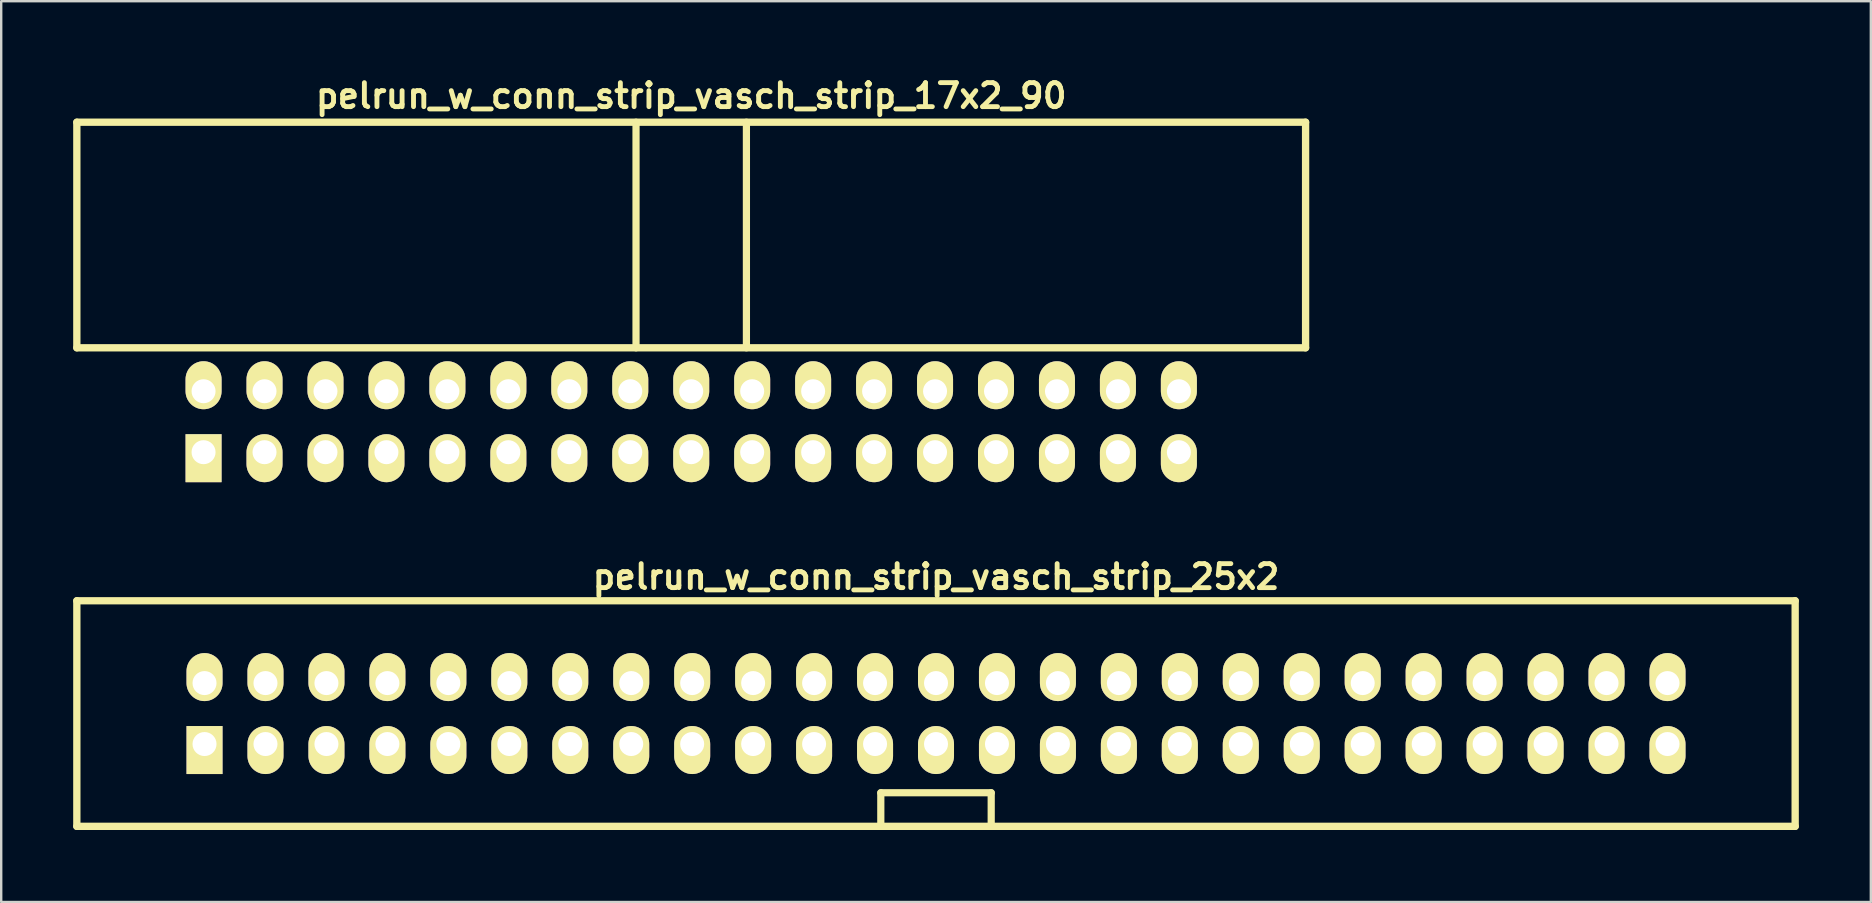
<source format=kicad_pcb>
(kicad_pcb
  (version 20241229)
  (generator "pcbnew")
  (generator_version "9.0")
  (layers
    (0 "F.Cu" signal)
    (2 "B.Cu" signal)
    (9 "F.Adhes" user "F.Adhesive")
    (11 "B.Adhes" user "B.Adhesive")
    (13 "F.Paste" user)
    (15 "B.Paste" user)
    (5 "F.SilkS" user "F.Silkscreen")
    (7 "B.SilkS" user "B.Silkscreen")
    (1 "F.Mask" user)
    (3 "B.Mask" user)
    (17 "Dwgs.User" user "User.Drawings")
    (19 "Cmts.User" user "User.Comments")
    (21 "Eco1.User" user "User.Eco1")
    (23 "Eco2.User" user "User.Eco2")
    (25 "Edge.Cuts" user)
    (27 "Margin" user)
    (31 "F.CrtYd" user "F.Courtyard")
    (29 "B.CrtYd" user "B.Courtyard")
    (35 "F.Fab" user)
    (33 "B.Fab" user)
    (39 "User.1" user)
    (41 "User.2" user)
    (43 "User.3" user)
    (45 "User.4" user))
  (footprint "pelrun_w_conn_strip_vasch_strip_25x2"
    (layer "F.Cu")
    (at 35.952 26.683)
    (property "Reference" "pelrun_w_conn_strip_vasch_strip_25x2" (at 0 -5.7 0) (layer "F.SilkS") (effects (font (size 1 1) (thickness 0.203))))
    (attr through_hole)
    (fp_line (start -35.8 -4.7) (end -35.8 4.7) (stroke (width 0.305) (type solid)) (layer "F.SilkS"))
    (fp_line (start -35.8 4.7) (end 35.8 4.7) (stroke (width 0.305) (type solid)) (layer "F.SilkS"))
    (fp_line (start -2.3 3.3) (end -2.3 4.7) (stroke (width 0.3) (type solid)) (layer "F.SilkS"))
    (fp_line (start 2.3 3.3) (end -2.3 3.3) (stroke (width 0.3) (type solid)) (layer "F.SilkS"))
    (fp_line (start 2.3 4.7) (end 2.3 3.3) (stroke (width 0.3) (type solid)) (layer "F.SilkS"))
    (fp_line (start 35.8 -4.7) (end -35.8 -4.7) (stroke (width 0.305) (type solid)) (layer "F.SilkS"))
    (fp_line (start 35.8 -4.7) (end 35.8 4.7) (stroke (width 0.305) (type solid)) (layer "F.SilkS"))
    (pad "1" thru_hole rect (at -30.48 1.27) (size 1.5 2) (drill 1 (offset 0 0.25)) (layers "*.Cu" "*.Mask" "F.SilkS"))
    (pad "2" thru_hole oval (at -30.48 -1.27) (size 1.5 2) (drill 1 (offset 0 -0.25)) (layers "*.Cu" "*.Mask" "F.SilkS"))
    (pad "3" thru_hole oval (at -27.94 1.27) (size 1.5 2) (drill 1 (offset 0 0.25)) (layers "*.Cu" "*.Mask" "F.SilkS"))
    (pad "4" thru_hole oval (at -27.94 -1.27) (size 1.5 2) (drill 1 (offset 0 -0.25)) (layers "*.Cu" "*.Mask" "F.SilkS"))
    (pad "5" thru_hole oval (at -25.4 1.27) (size 1.5 2) (drill 1 (offset 0 0.25)) (layers "*.Cu" "*.Mask" "F.SilkS"))
    (pad "6" thru_hole oval (at -25.4 -1.27) (size 1.5 2) (drill 1 (offset 0 -0.25)) (layers "*.Cu" "*.Mask" "F.SilkS"))
    (pad "7" thru_hole oval (at -22.86 1.27) (size 1.5 2) (drill 1 (offset 0 0.25)) (layers "*.Cu" "*.Mask" "F.SilkS"))
    (pad "8" thru_hole oval (at -22.86 -1.27) (size 1.5 2) (drill 1 (offset 0 -0.25)) (layers "*.Cu" "*.Mask" "F.SilkS"))
    (pad "9" thru_hole oval (at -20.32 1.27) (size 1.5 2) (drill 1 (offset 0 0.25)) (layers "*.Cu" "*.Mask" "F.SilkS"))
    (pad "10" thru_hole oval (at -20.32 -1.27) (size 1.5 2) (drill 1 (offset 0 -0.25)) (layers "*.Cu" "*.Mask" "F.SilkS"))
    (pad "11" thru_hole oval (at -17.78 1.27) (size 1.5 2) (drill 1 (offset 0 0.25)) (layers "*.Cu" "*.Mask" "F.SilkS"))
    (pad "12" thru_hole oval (at -17.78 -1.27) (size 1.5 2) (drill 1 (offset 0 -0.25)) (layers "*.Cu" "*.Mask" "F.SilkS"))
    (pad "13" thru_hole oval (at -15.24 1.27) (size 1.5 2) (drill 1 (offset 0 0.25)) (layers "*.Cu" "*.Mask" "F.SilkS"))
    (pad "14" thru_hole oval (at -15.24 -1.27) (size 1.5 2) (drill 1 (offset 0 -0.25)) (layers "*.Cu" "*.Mask" "F.SilkS"))
    (pad "15" thru_hole oval (at -12.7 1.27) (size 1.5 2) (drill 1 (offset 0 0.25)) (layers "*.Cu" "*.Mask" "F.SilkS"))
    (pad "16" thru_hole oval (at -12.7 -1.27) (size 1.5 2) (drill 1 (offset 0 -0.25)) (layers "*.Cu" "*.Mask" "F.SilkS"))
    (pad "17" thru_hole oval (at -10.16 1.27) (size 1.5 2) (drill 1 (offset 0 0.25)) (layers "*.Cu" "*.Mask" "F.SilkS"))
    (pad "18" thru_hole oval (at -10.16 -1.27) (size 1.5 2) (drill 1 (offset 0 -0.25)) (layers "*.Cu" "*.Mask" "F.SilkS"))
    (pad "19" thru_hole oval (at -7.62 1.27) (size 1.5 2) (drill 1 (offset 0 0.25)) (layers "*.Cu" "*.Mask" "F.SilkS"))
    (pad "20" thru_hole oval (at -7.62 -1.27) (size 1.5 2) (drill 1 (offset 0 -0.25)) (layers "*.Cu" "*.Mask" "F.SilkS"))
    (pad "21" thru_hole oval (at -5.08 1.27) (size 1.5 2) (drill 1 (offset 0 0.25)) (layers "*.Cu" "*.Mask" "F.SilkS"))
    (pad "22" thru_hole oval (at -5.08 -1.27) (size 1.5 2) (drill 1 (offset 0 -0.25)) (layers "*.Cu" "*.Mask" "F.SilkS"))
    (pad "23" thru_hole oval (at -2.54 1.27) (size 1.5 2) (drill 1 (offset 0 0.25)) (layers "*.Cu" "*.Mask" "F.SilkS"))
    (pad "24" thru_hole oval (at -2.54 -1.27) (size 1.5 2) (drill 1 (offset 0 -0.25)) (layers "*.Cu" "*.Mask" "F.SilkS"))
    (pad "25" thru_hole oval (at 0 1.27) (size 1.5 2) (drill 1 (offset 0 0.25)) (layers "*.Cu" "*.Mask" "F.SilkS"))
    (pad "26" thru_hole oval (at 0 -1.27) (size 1.5 2) (drill 1 (offset 0 -0.25)) (layers "*.Cu" "*.Mask" "F.SilkS"))
    (pad "27" thru_hole oval (at 2.54 1.27) (size 1.5 2) (drill 1 (offset 0 0.25)) (layers "*.Cu" "*.Mask" "F.SilkS"))
    (pad "28" thru_hole oval (at 2.54 -1.27) (size 1.5 2) (drill 1 (offset 0 -0.25)) (layers "*.Cu" "*.Mask" "F.SilkS"))
    (pad "29" thru_hole oval (at 5.08 1.27) (size 1.5 2) (drill 1 (offset 0 0.25)) (layers "*.Cu" "*.Mask" "F.SilkS"))
    (pad "30" thru_hole oval (at 5.08 -1.27) (size 1.5 2) (drill 1 (offset 0 -0.25)) (layers "*.Cu" "*.Mask" "F.SilkS"))
    (pad "31" thru_hole oval (at 7.62 1.27) (size 1.5 2) (drill 1 (offset 0 0.25)) (layers "*.Cu" "*.Mask" "F.SilkS"))
    (pad "32" thru_hole oval (at 7.62 -1.27) (size 1.5 2) (drill 1 (offset 0 -0.25)) (layers "*.Cu" "*.Mask" "F.SilkS"))
    (pad "33" thru_hole oval (at 10.16 1.27) (size 1.5 2) (drill 1 (offset 0 0.25)) (layers "*.Cu" "*.Mask" "F.SilkS"))
    (pad "34" thru_hole oval (at 10.16 -1.27) (size 1.5 2) (drill 1 (offset 0 -0.25)) (layers "*.Cu" "*.Mask" "F.SilkS"))
    (pad "35" thru_hole oval (at 12.7 1.27) (size 1.5 2) (drill 1 (offset 0 0.25)) (layers "*.Cu" "*.Mask" "F.SilkS"))
    (pad "36" thru_hole oval (at 12.7 -1.27) (size 1.5 2) (drill 1 (offset 0 -0.25)) (layers "*.Cu" "*.Mask" "F.SilkS"))
    (pad "37" thru_hole oval (at 15.24 1.27) (size 1.5 2) (drill 1 (offset 0 0.25)) (layers "*.Cu" "*.Mask" "F.SilkS"))
    (pad "38" thru_hole oval (at 15.24 -1.27) (size 1.5 2) (drill 1 (offset 0 -0.25)) (layers "*.Cu" "*.Mask" "F.SilkS"))
    (pad "39" thru_hole oval (at 17.78 1.27) (size 1.5 2) (drill 1 (offset 0 0.25)) (layers "*.Cu" "*.Mask" "F.SilkS"))
    (pad "40" thru_hole oval (at 17.78 -1.27) (size 1.5 2) (drill 1 (offset 0 -0.25)) (layers "*.Cu" "*.Mask" "F.SilkS"))
    (pad "41" thru_hole oval (at 20.32 1.27) (size 1.5 2) (drill 1 (offset 0 0.25)) (layers "*.Cu" "*.Mask" "F.SilkS"))
    (pad "42" thru_hole oval (at 20.32 -1.27) (size 1.5 2) (drill 1 (offset 0 -0.25)) (layers "*.Cu" "*.Mask" "F.SilkS"))
    (pad "43" thru_hole oval (at 22.86 1.27) (size 1.5 2) (drill 1 (offset 0 0.25)) (layers "*.Cu" "*.Mask" "F.SilkS"))
    (pad "44" thru_hole oval (at 22.86 -1.27) (size 1.5 2) (drill 1 (offset 0 -0.25)) (layers "*.Cu" "*.Mask" "F.SilkS"))
    (pad "45" thru_hole oval (at 25.4 1.27) (size 1.5 2) (drill 1 (offset 0 0.25)) (layers "*.Cu" "*.Mask" "F.SilkS"))
    (pad "46" thru_hole oval (at 25.4 -1.27) (size 1.5 2) (drill 1 (offset 0 -0.25)) (layers "*.Cu" "*.Mask" "F.SilkS"))
    (pad "47" thru_hole oval (at 27.94 1.27) (size 1.5 2) (drill 1 (offset 0 0.25)) (layers "*.Cu" "*.Mask" "F.SilkS"))
    (pad "48" thru_hole oval (at 27.94 -1.27) (size 1.5 2) (drill 1 (offset 0 -0.25)) (layers "*.Cu" "*.Mask" "F.SilkS"))
    (pad "49" thru_hole oval (at 30.48 1.27) (size 1.5 2) (drill 1 (offset 0 0.25)) (layers "*.Cu" "*.Mask" "F.SilkS"))
    (pad "50" thru_hole oval (at 30.48 -1.27) (size 1.5 2) (drill 1 (offset 0 -0.25)) (layers "*.Cu" "*.Mask" "F.SilkS")))
  (footprint "pelrun_w_conn_strip_vasch_strip_17x2_90"
    (layer "F.Cu")
    (at 25.752 9.442)
    (property "Reference" "pelrun_w_conn_strip_vasch_strip_17x2_90" (at 0 -8.5 0) (layer "F.SilkS") (effects (font (size 1 1) (thickness 0.203))))
    (attr through_hole)
    (fp_line (start -25.6 -7.4) (end -25.6 2) (stroke (width 0.305) (type solid)) (layer "F.SilkS"))
    (fp_line (start -25.6 2) (end 25.6 2) (stroke (width 0.305) (type solid)) (layer "F.SilkS"))
    (fp_line (start -2.3 -7.4) (end -2.3 2) (stroke (width 0.3) (type solid)) (layer "F.SilkS"))
    (fp_line (start 2.3 -7.4) (end 2.3 2) (stroke (width 0.3) (type solid)) (layer "F.SilkS"))
    (fp_line (start 25.6 -7.4) (end -25.6 -7.4) (stroke (width 0.305) (type solid)) (layer "F.SilkS"))
    (fp_line (start 25.6 -7.4) (end 25.6 2) (stroke (width 0.305) (type solid)) (layer "F.SilkS"))
    (pad "1" thru_hole rect (at -20.32 6.35) (size 1.5 2) (drill 1 (offset 0 0.25)) (layers "*.Cu" "*.Mask" "F.SilkS"))
    (pad "2" thru_hole oval (at -20.32 3.81) (size 1.5 2) (drill 1 (offset 0 -0.25)) (layers "*.Cu" "*.Mask" "F.SilkS"))
    (pad "3" thru_hole oval (at -17.78 6.35) (size 1.5 2) (drill 1 (offset 0 0.25)) (layers "*.Cu" "*.Mask" "F.SilkS"))
    (pad "4" thru_hole oval (at -17.78 3.81) (size 1.5 2) (drill 1 (offset 0 -0.25)) (layers "*.Cu" "*.Mask" "F.SilkS"))
    (pad "5" thru_hole oval (at -15.24 6.35) (size 1.5 2) (drill 1 (offset 0 0.25)) (layers "*.Cu" "*.Mask" "F.SilkS"))
    (pad "6" thru_hole oval (at -15.24 3.81) (size 1.5 2) (drill 1 (offset 0 -0.25)) (layers "*.Cu" "*.Mask" "F.SilkS"))
    (pad "7" thru_hole oval (at -12.7 6.35) (size 1.5 2) (drill 1 (offset 0 0.25)) (layers "*.Cu" "*.Mask" "F.SilkS"))
    (pad "8" thru_hole oval (at -12.7 3.81) (size 1.5 2) (drill 1 (offset 0 -0.25)) (layers "*.Cu" "*.Mask" "F.SilkS"))
    (pad "9" thru_hole oval (at -10.16 6.35) (size 1.5 2) (drill 1 (offset 0 0.25)) (layers "*.Cu" "*.Mask" "F.SilkS"))
    (pad "10" thru_hole oval (at -10.16 3.81) (size 1.5 2) (drill 1 (offset 0 -0.25)) (layers "*.Cu" "*.Mask" "F.SilkS"))
    (pad "11" thru_hole oval (at -7.62 6.35) (size 1.5 2) (drill 1 (offset 0 0.25)) (layers "*.Cu" "*.Mask" "F.SilkS"))
    (pad "12" thru_hole oval (at -7.62 3.81) (size 1.5 2) (drill 1 (offset 0 -0.25)) (layers "*.Cu" "*.Mask" "F.SilkS"))
    (pad "13" thru_hole oval (at -5.08 6.35) (size 1.5 2) (drill 1 (offset 0 0.25)) (layers "*.Cu" "*.Mask" "F.SilkS"))
    (pad "14" thru_hole oval (at -5.08 3.81) (size 1.5 2) (drill 1 (offset 0 -0.25)) (layers "*.Cu" "*.Mask" "F.SilkS"))
    (pad "15" thru_hole oval (at -2.54 6.35) (size 1.5 2) (drill 1 (offset 0 0.25)) (layers "*.Cu" "*.Mask" "F.SilkS"))
    (pad "16" thru_hole oval (at -2.54 3.81) (size 1.5 2) (drill 1 (offset 0 -0.25)) (layers "*.Cu" "*.Mask" "F.SilkS"))
    (pad "17" thru_hole oval (at 0 6.35) (size 1.5 2) (drill 1 (offset 0 0.25)) (layers "*.Cu" "*.Mask" "F.SilkS"))
    (pad "18" thru_hole oval (at 0 3.81) (size 1.5 2) (drill 1 (offset 0 -0.25)) (layers "*.Cu" "*.Mask" "F.SilkS"))
    (pad "19" thru_hole oval (at 2.54 6.35) (size 1.5 2) (drill 1 (offset 0 0.25)) (layers "*.Cu" "*.Mask" "F.SilkS"))
    (pad "20" thru_hole oval (at 2.54 3.81) (size 1.5 2) (drill 1 (offset 0 -0.25)) (layers "*.Cu" "*.Mask" "F.SilkS"))
    (pad "21" thru_hole oval (at 5.08 6.35) (size 1.5 2) (drill 1 (offset 0 0.25)) (layers "*.Cu" "*.Mask" "F.SilkS"))
    (pad "22" thru_hole oval (at 5.08 3.81) (size 1.5 2) (drill 1 (offset 0 -0.25)) (layers "*.Cu" "*.Mask" "F.SilkS"))
    (pad "23" thru_hole oval (at 7.62 6.35) (size 1.5 2) (drill 1 (offset 0 0.25)) (layers "*.Cu" "*.Mask" "F.SilkS"))
    (pad "24" thru_hole oval (at 7.62 3.81) (size 1.5 2) (drill 1 (offset 0 -0.25)) (layers "*.Cu" "*.Mask" "F.SilkS"))
    (pad "25" thru_hole oval (at 10.16 6.35) (size 1.5 2) (drill 1 (offset 0 0.25)) (layers "*.Cu" "*.Mask" "F.SilkS"))
    (pad "26" thru_hole oval (at 10.16 3.81) (size 1.5 2) (drill 1 (offset 0 -0.25)) (layers "*.Cu" "*.Mask" "F.SilkS"))
    (pad "27" thru_hole oval (at 12.7 6.35) (size 1.5 2) (drill 1 (offset 0 0.25)) (layers "*.Cu" "*.Mask" "F.SilkS"))
    (pad "28" thru_hole oval (at 12.7 3.81) (size 1.5 2) (drill 1 (offset 0 -0.25)) (layers "*.Cu" "*.Mask" "F.SilkS"))
    (pad "29" thru_hole oval (at 15.24 6.35) (size 1.5 2) (drill 1 (offset 0 0.25)) (layers "*.Cu" "*.Mask" "F.SilkS"))
    (pad "30" thru_hole oval (at 15.24 3.81) (size 1.5 2) (drill 1 (offset 0 -0.25)) (layers "*.Cu" "*.Mask" "F.SilkS"))
    (pad "31" thru_hole oval (at 17.78 6.35) (size 1.5 2) (drill 1 (offset 0 0.25)) (layers "*.Cu" "*.Mask" "F.SilkS"))
    (pad "32" thru_hole oval (at 17.78 3.81) (size 1.5 2) (drill 1 (offset 0 -0.25)) (layers "*.Cu" "*.Mask" "F.SilkS"))
    (pad "33" thru_hole oval (at 20.32 6.35) (size 1.5 2) (drill 1 (offset 0 0.25)) (layers "*.Cu" "*.Mask" "F.SilkS"))
    (pad "34" thru_hole oval (at 20.32 3.81) (size 1.5 2) (drill 1 (offset 0 -0.25)) (layers "*.Cu" "*.Mask" "F.SilkS")))
  (gr_rect
    (start -3 -3)
    (end 74.905 34.536)
    (stroke (width 0.1) (type default))
    (fill no)
    (layer "Edge.Cuts")))
</source>
